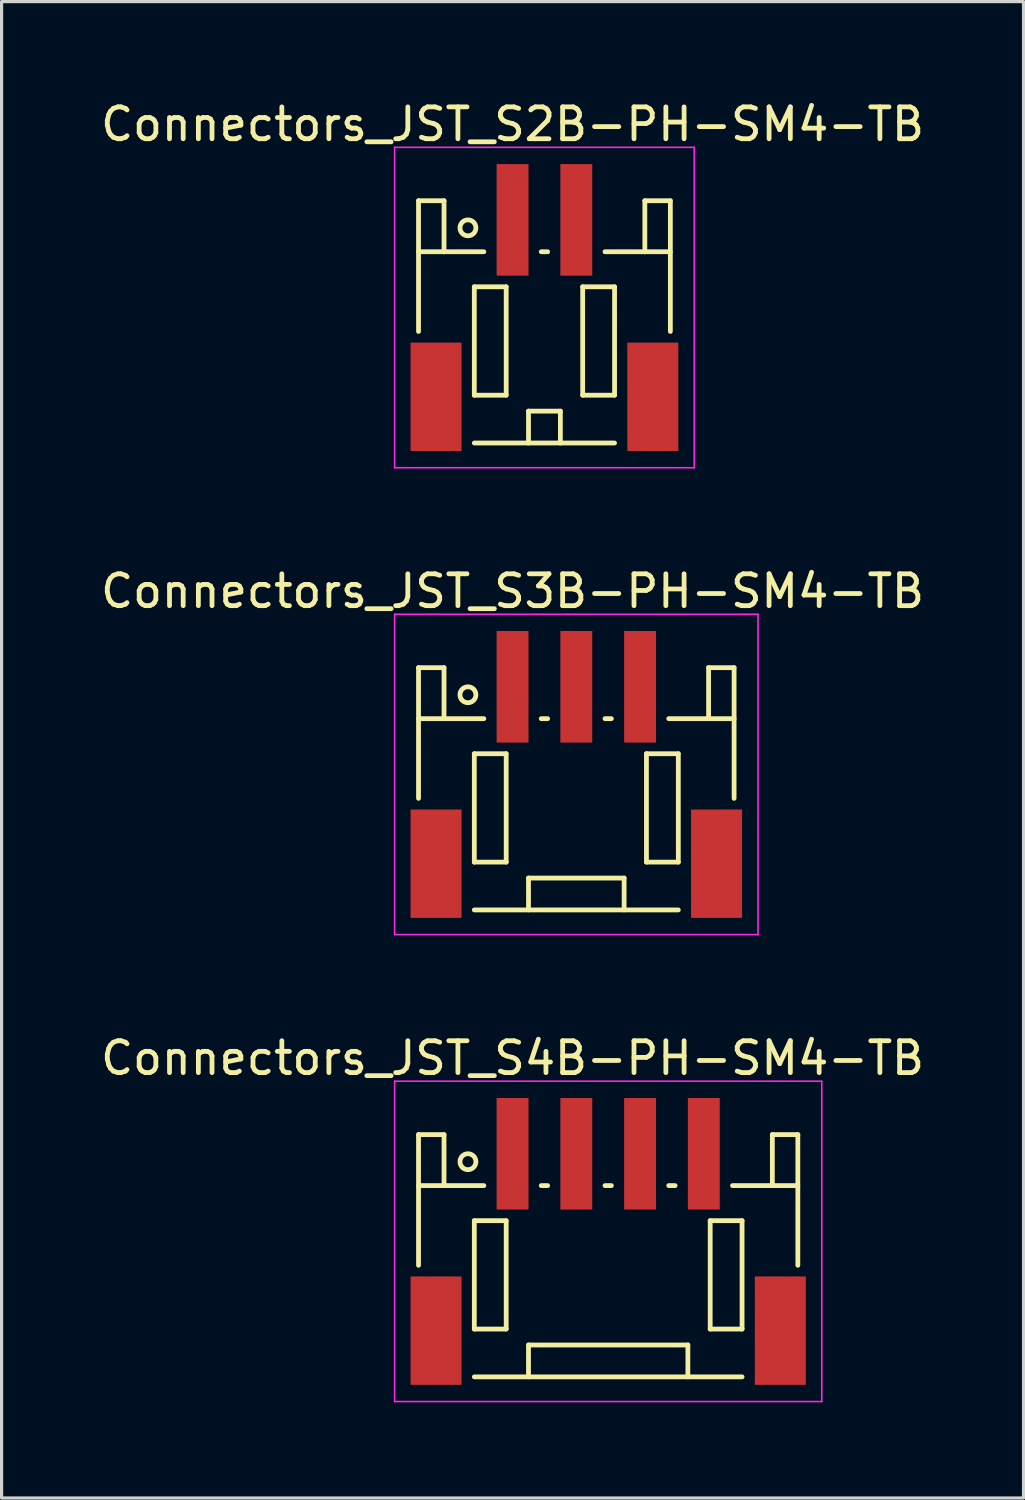
<source format=kicad_pcb>
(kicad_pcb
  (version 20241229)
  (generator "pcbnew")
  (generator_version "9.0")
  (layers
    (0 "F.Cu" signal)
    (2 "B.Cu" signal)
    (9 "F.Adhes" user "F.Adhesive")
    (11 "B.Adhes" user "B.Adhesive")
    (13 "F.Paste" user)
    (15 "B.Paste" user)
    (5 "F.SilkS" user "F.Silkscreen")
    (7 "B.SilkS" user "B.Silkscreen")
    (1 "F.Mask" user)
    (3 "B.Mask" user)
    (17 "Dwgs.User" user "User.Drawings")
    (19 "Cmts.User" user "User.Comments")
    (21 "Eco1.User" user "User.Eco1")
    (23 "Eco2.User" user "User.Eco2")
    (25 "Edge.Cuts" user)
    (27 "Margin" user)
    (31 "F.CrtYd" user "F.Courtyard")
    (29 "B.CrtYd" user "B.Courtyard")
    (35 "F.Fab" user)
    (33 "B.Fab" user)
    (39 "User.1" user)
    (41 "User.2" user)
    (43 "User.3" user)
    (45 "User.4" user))
  (footprint "Connectors_JST_S3B-PH-SM4-TB"
    (layer "F.Cu")
    (at 15.03 21.271)
    (property "Reference" "Connectors_JST_S3B-PH-SM4-TB" (at -2 -5.775 0) (layer "F.SilkS") (effects (font (size 1 1) (thickness 0.15))))
    (attr smd)
    (fp_line (start -4.95 -3.375) (end -4.95 0.725) (stroke (width 0.15) (type solid)) (layer "F.SilkS"))
    (fp_line (start -4.15 -3.375) (end -4.95 -3.375) (stroke (width 0.15) (type solid)) (layer "F.SilkS"))
    (fp_line (start -4.15 -1.775) (end -4.95 -1.775) (stroke (width 0.15) (type solid)) (layer "F.SilkS"))
    (fp_line (start -4.15 -1.775) (end -4.15 -3.375) (stroke (width 0.15) (type solid)) (layer "F.SilkS"))
    (fp_line (start -3.2 -0.675) (end -3.2 2.725) (stroke (width 0.15) (type solid)) (layer "F.SilkS"))
    (fp_line (start -3.2 2.725) (end -2.2 2.725) (stroke (width 0.15) (type solid)) (layer "F.SilkS"))
    (fp_line (start -3.2 4.225) (end 3.2 4.225) (stroke (width 0.15) (type solid)) (layer "F.SilkS"))
    (fp_line (start -2.9 -1.775) (end -4.15 -1.775) (stroke (width 0.15) (type solid)) (layer "F.SilkS"))
    (fp_line (start -2.2 -0.675) (end -3.2 -0.675) (stroke (width 0.15) (type solid)) (layer "F.SilkS"))
    (fp_line (start -2.2 2.725) (end -2.2 -0.675) (stroke (width 0.15) (type solid)) (layer "F.SilkS"))
    (fp_line (start -1.5 3.225) (end 1.5 3.225) (stroke (width 0.15) (type solid)) (layer "F.SilkS"))
    (fp_line (start -1.5 4.225) (end -1.5 3.225) (stroke (width 0.15) (type solid)) (layer "F.SilkS"))
    (fp_line (start -1.1 -1.775) (end -0.9 -1.775) (stroke (width 0.15) (type solid)) (layer "F.SilkS"))
    (fp_line (start 0.9 -1.775) (end 1.1 -1.775) (stroke (width 0.15) (type solid)) (layer "F.SilkS"))
    (fp_line (start 1.5 3.225) (end 1.5 4.225) (stroke (width 0.15) (type solid)) (layer "F.SilkS"))
    (fp_line (start 2.2 -0.675) (end 3.2 -0.675) (stroke (width 0.15) (type solid)) (layer "F.SilkS"))
    (fp_line (start 2.2 2.725) (end 2.2 -0.675) (stroke (width 0.15) (type solid)) (layer "F.SilkS"))
    (fp_line (start 2.9 -1.775) (end 4.15 -1.775) (stroke (width 0.15) (type solid)) (layer "F.SilkS"))
    (fp_line (start 3.2 -0.675) (end 3.2 2.725) (stroke (width 0.15) (type solid)) (layer "F.SilkS"))
    (fp_line (start 3.2 2.725) (end 2.2 2.725) (stroke (width 0.15) (type solid)) (layer "F.SilkS"))
    (fp_line (start 4.15 -3.375) (end 4.95 -3.375) (stroke (width 0.15) (type solid)) (layer "F.SilkS"))
    (fp_line (start 4.15 -1.775) (end 4.15 -3.375) (stroke (width 0.15) (type solid)) (layer "F.SilkS"))
    (fp_line (start 4.15 -1.775) (end 4.95 -1.775) (stroke (width 0.15) (type solid)) (layer "F.SilkS"))
    (fp_line (start 4.95 -3.375) (end 4.95 0.725) (stroke (width 0.15) (type solid)) (layer "F.SilkS"))
    (fp_circle (center -3.4 -2.525) (end -3.15 -2.525) (stroke (width 0.15) (type solid)) (fill no) (layer "F.SilkS"))
    (fp_line (start -5.7 -5.05) (end 5.7 -5.05) (stroke (width 0.05) (type solid)) (layer "F.CrtYd"))
    (fp_line (start -5.7 5) (end -5.7 -5.05) (stroke (width 0.05) (type solid)) (layer "F.CrtYd"))
    (fp_line (start 5.7 -5.05) (end 5.7 5) (stroke (width 0.05) (type solid)) (layer "F.CrtYd"))
    (fp_line (start 5.7 5) (end -5.7 5) (stroke (width 0.05) (type solid)) (layer "F.CrtYd"))
    (pad "" smd rect (at -4.4 2.775) (size 1.6 3.4) (layers "F.Cu" "F.Mask" "F.Paste"))
    (pad "" smd rect (at 4.4 2.775) (size 1.6 3.4) (layers "F.Cu" "F.Mask" "F.Paste"))
    (pad "1" smd rect (at -2 -2.775) (size 1 3.5) (layers "F.Cu" "F.Mask" "F.Paste"))
    (pad "2" smd rect (at 0 -2.775) (size 1 3.5) (layers "F.Cu" "F.Mask" "F.Paste"))
    (pad "3" smd rect (at 2 -2.775) (size 1 3.5) (layers "F.Cu" "F.Mask" "F.Paste")))
  (footprint "Connectors_JST_S4B-PH-SM4-TB"
    (layer "F.Cu")
    (at 16.03 35.92)
    (property "Reference" "Connectors_JST_S4B-PH-SM4-TB" (at -3 -5.775 0) (layer "F.SilkS") (effects (font (size 1 1) (thickness 0.15))))
    (attr smd)
    (fp_line (start -5.95 -3.375) (end -5.95 0.725) (stroke (width 0.15) (type solid)) (layer "F.SilkS"))
    (fp_line (start -5.15 -3.375) (end -5.95 -3.375) (stroke (width 0.15) (type solid)) (layer "F.SilkS"))
    (fp_line (start -5.15 -1.775) (end -5.95 -1.775) (stroke (width 0.15) (type solid)) (layer "F.SilkS"))
    (fp_line (start -5.15 -1.775) (end -5.15 -3.375) (stroke (width 0.15) (type solid)) (layer "F.SilkS"))
    (fp_line (start -4.2 -0.675) (end -4.2 2.725) (stroke (width 0.15) (type solid)) (layer "F.SilkS"))
    (fp_line (start -4.2 2.725) (end -3.2 2.725) (stroke (width 0.15) (type solid)) (layer "F.SilkS"))
    (fp_line (start -4.2 4.225) (end 4.2 4.225) (stroke (width 0.15) (type solid)) (layer "F.SilkS"))
    (fp_line (start -3.9 -1.775) (end -5.15 -1.775) (stroke (width 0.15) (type solid)) (layer "F.SilkS"))
    (fp_line (start -3.2 -0.675) (end -4.2 -0.675) (stroke (width 0.15) (type solid)) (layer "F.SilkS"))
    (fp_line (start -3.2 2.725) (end -3.2 -0.675) (stroke (width 0.15) (type solid)) (layer "F.SilkS"))
    (fp_line (start -2.5 3.225) (end 2.5 3.225) (stroke (width 0.15) (type solid)) (layer "F.SilkS"))
    (fp_line (start -2.5 4.225) (end -2.5 3.225) (stroke (width 0.15) (type solid)) (layer "F.SilkS"))
    (fp_line (start -2.1 -1.775) (end -1.9 -1.775) (stroke (width 0.15) (type solid)) (layer "F.SilkS"))
    (fp_line (start -0.1 -1.775) (end 0.1 -1.775) (stroke (width 0.15) (type solid)) (layer "F.SilkS"))
    (fp_line (start 1.9 -1.775) (end 2.1 -1.775) (stroke (width 0.15) (type solid)) (layer "F.SilkS"))
    (fp_line (start 2.5 3.225) (end 2.5 4.225) (stroke (width 0.15) (type solid)) (layer "F.SilkS"))
    (fp_line (start 3.2 -0.675) (end 4.2 -0.675) (stroke (width 0.15) (type solid)) (layer "F.SilkS"))
    (fp_line (start 3.2 2.725) (end 3.2 -0.675) (stroke (width 0.15) (type solid)) (layer "F.SilkS"))
    (fp_line (start 3.9 -1.775) (end 5.15 -1.775) (stroke (width 0.15) (type solid)) (layer "F.SilkS"))
    (fp_line (start 4.2 -0.675) (end 4.2 2.725) (stroke (width 0.15) (type solid)) (layer "F.SilkS"))
    (fp_line (start 4.2 2.725) (end 3.2 2.725) (stroke (width 0.15) (type solid)) (layer "F.SilkS"))
    (fp_line (start 5.15 -3.375) (end 5.95 -3.375) (stroke (width 0.15) (type solid)) (layer "F.SilkS"))
    (fp_line (start 5.15 -1.775) (end 5.15 -3.375) (stroke (width 0.15) (type solid)) (layer "F.SilkS"))
    (fp_line (start 5.15 -1.775) (end 5.95 -1.775) (stroke (width 0.15) (type solid)) (layer "F.SilkS"))
    (fp_line (start 5.95 -3.375) (end 5.95 0.725) (stroke (width 0.15) (type solid)) (layer "F.SilkS"))
    (fp_circle (center -4.4 -2.525) (end -4.15 -2.525) (stroke (width 0.15) (type solid)) (fill no) (layer "F.SilkS"))
    (fp_line (start -6.7 -5.05) (end 6.7 -5.05) (stroke (width 0.05) (type solid)) (layer "F.CrtYd"))
    (fp_line (start -6.7 5) (end -6.7 -5.05) (stroke (width 0.05) (type solid)) (layer "F.CrtYd"))
    (fp_line (start 6.7 -5.05) (end 6.7 5) (stroke (width 0.05) (type solid)) (layer "F.CrtYd"))
    (fp_line (start 6.7 5) (end -6.7 5) (stroke (width 0.05) (type solid)) (layer "F.CrtYd"))
    (pad "" smd rect (at -5.4 2.775) (size 1.6 3.4) (layers "F.Cu" "F.Mask" "F.Paste"))
    (pad "" smd rect (at 5.4 2.775) (size 1.6 3.4) (layers "F.Cu" "F.Mask" "F.Paste"))
    (pad "1" smd rect (at -3 -2.775) (size 1 3.5) (layers "F.Cu" "F.Mask" "F.Paste"))
    (pad "2" smd rect (at -1 -2.775) (size 1 3.5) (layers "F.Cu" "F.Mask" "F.Paste"))
    (pad "3" smd rect (at 1 -2.775) (size 1 3.5) (layers "F.Cu" "F.Mask" "F.Paste"))
    (pad "4" smd rect (at 3 -2.775) (size 1 3.5) (layers "F.Cu" "F.Mask" "F.Paste")))
  (footprint "Connectors_JST_S2B-PH-SM4-TB"
    (layer "F.Cu")
    (at 14.03 6.623)
    (property "Reference" "Connectors_JST_S2B-PH-SM4-TB" (at -1 -5.775 0) (layer "F.SilkS") (effects (font (size 1 1) (thickness 0.15))))
    (attr smd)
    (fp_line (start -3.95 -3.375) (end -3.95 0.725) (stroke (width 0.15) (type solid)) (layer "F.SilkS"))
    (fp_line (start -3.15 -3.375) (end -3.95 -3.375) (stroke (width 0.15) (type solid)) (layer "F.SilkS"))
    (fp_line (start -3.15 -1.775) (end -3.95 -1.775) (stroke (width 0.15) (type solid)) (layer "F.SilkS"))
    (fp_line (start -3.15 -1.775) (end -3.15 -3.375) (stroke (width 0.15) (type solid)) (layer "F.SilkS"))
    (fp_line (start -2.2 -0.675) (end -2.2 2.725) (stroke (width 0.15) (type solid)) (layer "F.SilkS"))
    (fp_line (start -2.2 2.725) (end -1.2 2.725) (stroke (width 0.15) (type solid)) (layer "F.SilkS"))
    (fp_line (start -2.2 4.225) (end 2.2 4.225) (stroke (width 0.15) (type solid)) (layer "F.SilkS"))
    (fp_line (start -1.9 -1.775) (end -3.15 -1.775) (stroke (width 0.15) (type solid)) (layer "F.SilkS"))
    (fp_line (start -1.2 -0.675) (end -2.2 -0.675) (stroke (width 0.15) (type solid)) (layer "F.SilkS"))
    (fp_line (start -1.2 2.725) (end -1.2 -0.675) (stroke (width 0.15) (type solid)) (layer "F.SilkS"))
    (fp_line (start -0.5 3.225) (end 0.5 3.225) (stroke (width 0.15) (type solid)) (layer "F.SilkS"))
    (fp_line (start -0.5 4.225) (end -0.5 3.225) (stroke (width 0.15) (type solid)) (layer "F.SilkS"))
    (fp_line (start -0.1 -1.775) (end 0.1 -1.775) (stroke (width 0.15) (type solid)) (layer "F.SilkS"))
    (fp_line (start 0.5 3.225) (end 0.5 4.225) (stroke (width 0.15) (type solid)) (layer "F.SilkS"))
    (fp_line (start 1.2 -0.675) (end 2.2 -0.675) (stroke (width 0.15) (type solid)) (layer "F.SilkS"))
    (fp_line (start 1.2 2.725) (end 1.2 -0.675) (stroke (width 0.15) (type solid)) (layer "F.SilkS"))
    (fp_line (start 1.9 -1.775) (end 3.15 -1.775) (stroke (width 0.15) (type solid)) (layer "F.SilkS"))
    (fp_line (start 2.2 -0.675) (end 2.2 2.725) (stroke (width 0.15) (type solid)) (layer "F.SilkS"))
    (fp_line (start 2.2 2.725) (end 1.2 2.725) (stroke (width 0.15) (type solid)) (layer "F.SilkS"))
    (fp_line (start 3.15 -3.375) (end 3.95 -3.375) (stroke (width 0.15) (type solid)) (layer "F.SilkS"))
    (fp_line (start 3.15 -1.775) (end 3.15 -3.375) (stroke (width 0.15) (type solid)) (layer "F.SilkS"))
    (fp_line (start 3.15 -1.775) (end 3.95 -1.775) (stroke (width 0.15) (type solid)) (layer "F.SilkS"))
    (fp_line (start 3.95 -3.375) (end 3.95 0.725) (stroke (width 0.15) (type solid)) (layer "F.SilkS"))
    (fp_circle (center -2.4 -2.525) (end -2.15 -2.525) (stroke (width 0.15) (type solid)) (fill no) (layer "F.SilkS"))
    (fp_line (start -4.7 -5.05) (end 4.7 -5.05) (stroke (width 0.05) (type solid)) (layer "F.CrtYd"))
    (fp_line (start -4.7 5) (end -4.7 -5.05) (stroke (width 0.05) (type solid)) (layer "F.CrtYd"))
    (fp_line (start 4.7 -5.05) (end 4.7 5) (stroke (width 0.05) (type solid)) (layer "F.CrtYd"))
    (fp_line (start 4.7 5) (end -4.7 5) (stroke (width 0.05) (type solid)) (layer "F.CrtYd"))
    (pad "" smd rect (at -3.4 2.775) (size 1.6 3.4) (layers "F.Cu" "F.Mask" "F.Paste"))
    (pad "" smd rect (at 3.4 2.775) (size 1.6 3.4) (layers "F.Cu" "F.Mask" "F.Paste"))
    (pad "1" smd rect (at -1 -2.775) (size 1 3.5) (layers "F.Cu" "F.Mask" "F.Paste"))
    (pad "2" smd rect (at 1 -2.775) (size 1 3.5) (layers "F.Cu" "F.Mask" "F.Paste")))
  (gr_rect
    (start -3 -3)
    (end 29.06 43.945)
    (stroke (width 0.1) (type default))
    (fill no)
    (layer "Edge.Cuts")))
</source>
